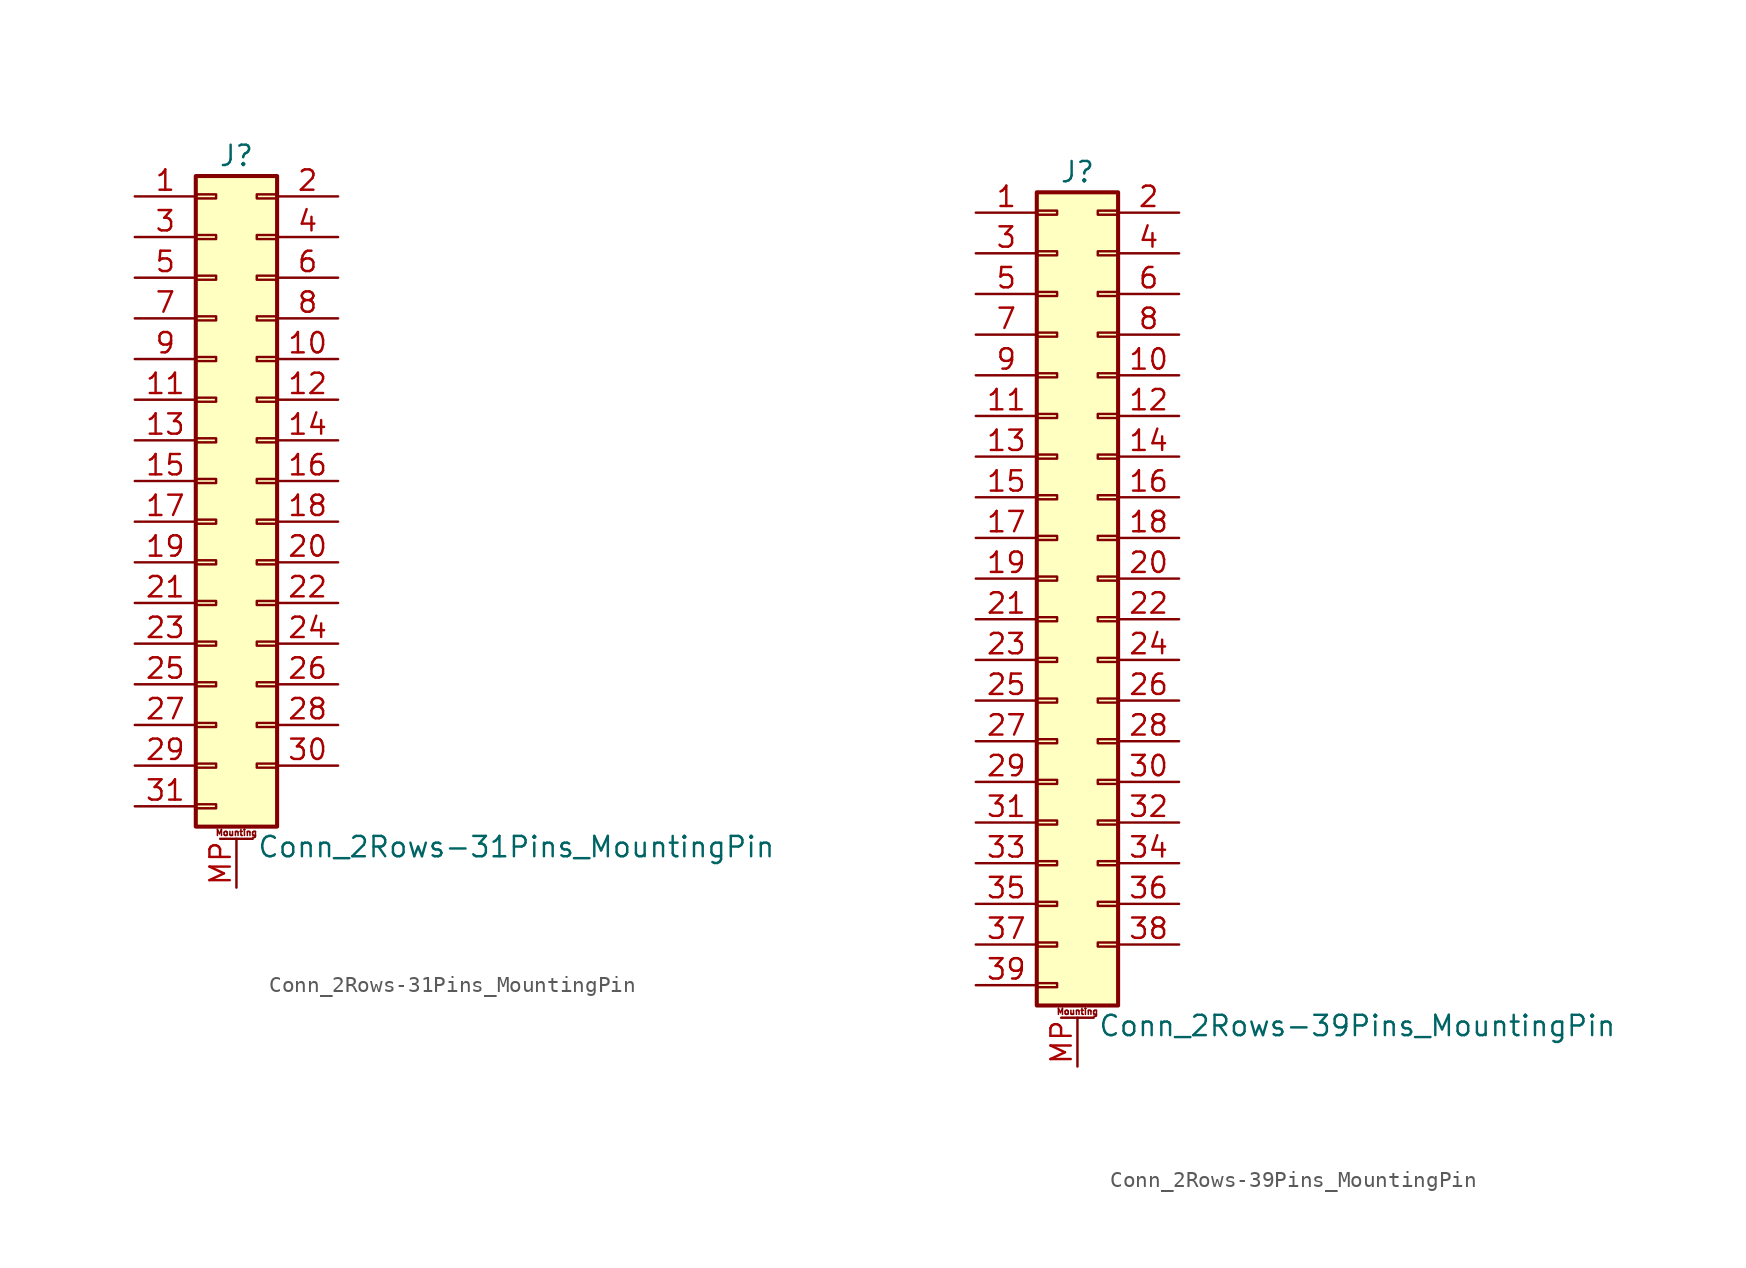
<source format=kicad_sym>
(kicad_symbol_lib
  (version 20201005)
  (generator kicad_symbol_editor)
  (symbol "Conn_2Rows-31Pins_MountingPin"
    (pin_names
      (offset 1.016) hide)
    (property "Reference" "J"
      (at 1.27 20.32 0)
      (effects (font (size 1.27 1.27))))
    (property "Value" "Conn_2Rows-31Pins_MountingPin"
      (at 2.54 -22.86 0)
      (effects (font (size 1.27 1.27)) (justify left)))
    (symbol "Conn_2Rows-31Pins_MountingPin_1_1"
      (text "Mounting" (at 1.27 -21.971 0) (effects (font (size 0.381 0.381))))
      (rectangle (start -1.27 -20.193) (end 0 -20.447) (stroke (width 0.152)) (fill (type none)))
      (rectangle (start -1.27 -17.653) (end 0 -17.907) (stroke (width 0.152)) (fill (type none)))
      (rectangle (start -1.27 -15.113) (end 0 -15.367) (stroke (width 0.152)) (fill (type none)))
      (rectangle (start -1.27 -12.573) (end 0 -12.827) (stroke (width 0.152)) (fill (type none)))
      (rectangle (start -1.27 -10.033) (end 0 -10.287) (stroke (width 0.152)) (fill (type none)))
      (rectangle (start -1.27 -7.493) (end 0 -7.747) (stroke (width 0.152)) (fill (type none)))
      (rectangle (start -1.27 -4.953) (end 0 -5.207) (stroke (width 0.152)) (fill (type none)))
      (rectangle (start -1.27 -2.413) (end 0 -2.667) (stroke (width 0.152)) (fill (type none)))
      (rectangle (start -1.27 0.127) (end 0 -0.127) (stroke (width 0.152)) (fill (type none)))
      (rectangle (start -1.27 2.667) (end 0 2.413) (stroke (width 0.152)) (fill (type none)))
      (rectangle (start -1.27 5.207) (end 0 4.953) (stroke (width 0.152)) (fill (type none)))
      (rectangle (start -1.27 7.747) (end 0 7.493) (stroke (width 0.152)) (fill (type none)))
      (rectangle (start -1.27 10.287) (end 0 10.033) (stroke (width 0.152)) (fill (type none)))
      (rectangle (start -1.27 12.827) (end 0 12.573) (stroke (width 0.152)) (fill (type none)))
      (rectangle (start -1.27 15.367) (end 0 15.113) (stroke (width 0.152)) (fill (type none)))
      (rectangle (start -1.27 17.907) (end 0 17.653) (stroke (width 0.152)) (fill (type none)))
      (rectangle (start -1.27 19.05) (end 3.81 -21.59) (stroke (width 0.254)) (fill (type background)))
      (rectangle (start 3.81 -17.653) (end 2.54 -17.907) (stroke (width 0.152)) (fill (type none)))
      (rectangle (start 3.81 -15.113) (end 2.54 -15.367) (stroke (width 0.152)) (fill (type none)))
      (rectangle (start 3.81 -12.573) (end 2.54 -12.827) (stroke (width 0.152)) (fill (type none)))
      (rectangle (start 3.81 -10.033) (end 2.54 -10.287) (stroke (width 0.152)) (fill (type none)))
      (rectangle (start 3.81 -7.493) (end 2.54 -7.747) (stroke (width 0.152)) (fill (type none)))
      (rectangle (start 3.81 -4.953) (end 2.54 -5.207) (stroke (width 0.152)) (fill (type none)))
      (rectangle (start 3.81 -2.413) (end 2.54 -2.667) (stroke (width 0.152)) (fill (type none)))
      (rectangle (start 3.81 0.127) (end 2.54 -0.127) (stroke (width 0.152)) (fill (type none)))
      (rectangle (start 3.81 2.667) (end 2.54 2.413) (stroke (width 0.152)) (fill (type none)))
      (rectangle (start 3.81 5.207) (end 2.54 4.953) (stroke (width 0.152)) (fill (type none)))
      (rectangle (start 3.81 7.747) (end 2.54 7.493) (stroke (width 0.152)) (fill (type none)))
      (rectangle (start 3.81 10.287) (end 2.54 10.033) (stroke (width 0.152)) (fill (type none)))
      (rectangle (start 3.81 12.827) (end 2.54 12.573) (stroke (width 0.152)) (fill (type none)))
      (rectangle (start 3.81 15.367) (end 2.54 15.113) (stroke (width 0.152)) (fill (type none)))
      (rectangle (start 3.81 17.907) (end 2.54 17.653) (stroke (width 0.152)) (fill (type none)))
      (polyline (pts (xy 0.254 -22.352) (xy 2.286 -22.352)) (stroke (width 0.152)) (fill (type none)))
      (pin passive line (at -5.08 17.78 0) (length 3.81) (name "Pin_1" (effects (font (size 1.27 1.27)))) (number "1" (effects (font (size 1.27 1.27)))))
      (pin passive line (at 7.62 7.62 180) (length 3.81) (name "Pin_10" (effects (font (size 1.27 1.27)))) (number "10" (effects (font (size 1.27 1.27)))))
      (pin passive line (at -5.08 5.08 0) (length 3.81) (name "Pin_11" (effects (font (size 1.27 1.27)))) (number "11" (effects (font (size 1.27 1.27)))))
      (pin passive line (at 7.62 5.08 180) (length 3.81) (name "Pin_12" (effects (font (size 1.27 1.27)))) (number "12" (effects (font (size 1.27 1.27)))))
      (pin passive line (at -5.08 2.54 0) (length 3.81) (name "Pin_13" (effects (font (size 1.27 1.27)))) (number "13" (effects (font (size 1.27 1.27)))))
      (pin passive line (at 7.62 2.54 180) (length 3.81) (name "Pin_14" (effects (font (size 1.27 1.27)))) (number "14" (effects (font (size 1.27 1.27)))))
      (pin passive line (at -5.08 0 0) (length 3.81) (name "Pin_15" (effects (font (size 1.27 1.27)))) (number "15" (effects (font (size 1.27 1.27)))))
      (pin passive line (at 7.62 0 180) (length 3.81) (name "Pin_16" (effects (font (size 1.27 1.27)))) (number "16" (effects (font (size 1.27 1.27)))))
      (pin passive line (at -5.08 -2.54 0) (length 3.81) (name "Pin_17" (effects (font (size 1.27 1.27)))) (number "17" (effects (font (size 1.27 1.27)))))
      (pin passive line (at 7.62 -2.54 180) (length 3.81) (name "Pin_18" (effects (font (size 1.27 1.27)))) (number "18" (effects (font (size 1.27 1.27)))))
      (pin passive line (at -5.08 -5.08 0) (length 3.81) (name "Pin_19" (effects (font (size 1.27 1.27)))) (number "19" (effects (font (size 1.27 1.27)))))
      (pin passive line (at 7.62 17.78 180) (length 3.81) (name "Pin_2" (effects (font (size 1.27 1.27)))) (number "2" (effects (font (size 1.27 1.27)))))
      (pin passive line (at 7.62 -5.08 180) (length 3.81) (name "Pin_20" (effects (font (size 1.27 1.27)))) (number "20" (effects (font (size 1.27 1.27)))))
      (pin passive line (at -5.08 -7.62 0) (length 3.81) (name "Pin_21" (effects (font (size 1.27 1.27)))) (number "21" (effects (font (size 1.27 1.27)))))
      (pin passive line (at 7.62 -7.62 180) (length 3.81) (name "Pin_22" (effects (font (size 1.27 1.27)))) (number "22" (effects (font (size 1.27 1.27)))))
      (pin passive line (at -5.08 -10.16 0) (length 3.81) (name "Pin_23" (effects (font (size 1.27 1.27)))) (number "23" (effects (font (size 1.27 1.27)))))
      (pin passive line (at 7.62 -10.16 180) (length 3.81) (name "Pin_24" (effects (font (size 1.27 1.27)))) (number "24" (effects (font (size 1.27 1.27)))))
      (pin passive line (at -5.08 -12.7 0) (length 3.81) (name "Pin_25" (effects (font (size 1.27 1.27)))) (number "25" (effects (font (size 1.27 1.27)))))
      (pin passive line (at 7.62 -12.7 180) (length 3.81) (name "Pin_26" (effects (font (size 1.27 1.27)))) (number "26" (effects (font (size 1.27 1.27)))))
      (pin passive line (at -5.08 -15.24 0) (length 3.81) (name "Pin_27" (effects (font (size 1.27 1.27)))) (number "27" (effects (font (size 1.27 1.27)))))
      (pin passive line (at 7.62 -15.24 180) (length 3.81) (name "Pin_28" (effects (font (size 1.27 1.27)))) (number "28" (effects (font (size 1.27 1.27)))))
      (pin passive line (at -5.08 -17.78 0) (length 3.81) (name "Pin_29" (effects (font (size 1.27 1.27)))) (number "29" (effects (font (size 1.27 1.27)))))
      (pin passive line (at -5.08 15.24 0) (length 3.81) (name "Pin_3" (effects (font (size 1.27 1.27)))) (number "3" (effects (font (size 1.27 1.27)))))
      (pin passive line (at 7.62 -17.78 180) (length 3.81) (name "Pin_30" (effects (font (size 1.27 1.27)))) (number "30" (effects (font (size 1.27 1.27)))))
      (pin passive line (at -5.08 -20.32 0) (length 3.81) (name "Pin_31" (effects (font (size 1.27 1.27)))) (number "31" (effects (font (size 1.27 1.27)))))
      (pin passive line (at 7.62 15.24 180) (length 3.81) (name "Pin_4" (effects (font (size 1.27 1.27)))) (number "4" (effects (font (size 1.27 1.27)))))
      (pin passive line (at -5.08 12.7 0) (length 3.81) (name "Pin_5" (effects (font (size 1.27 1.27)))) (number "5" (effects (font (size 1.27 1.27)))))
      (pin passive line (at 7.62 12.7 180) (length 3.81) (name "Pin_6" (effects (font (size 1.27 1.27)))) (number "6" (effects (font (size 1.27 1.27)))))
      (pin passive line (at -5.08 10.16 0) (length 3.81) (name "Pin_7" (effects (font (size 1.27 1.27)))) (number "7" (effects (font (size 1.27 1.27)))))
      (pin passive line (at 7.62 10.16 180) (length 3.81) (name "Pin_8" (effects (font (size 1.27 1.27)))) (number "8" (effects (font (size 1.27 1.27)))))
      (pin passive line (at -5.08 7.62 0) (length 3.81) (name "Pin_9" (effects (font (size 1.27 1.27)))) (number "9" (effects (font (size 1.27 1.27)))))
      (pin passive line (at 1.27 -25.4 90) (length 3.048) (name "MountPin" (effects (font (size 1.27 1.27)))) (number "MP" (effects (font (size 1.27 1.27)))))))
  (symbol "Conn_2Rows-39Pins_MountingPin"
    (pin_names
      (offset 1.016) hide)
    (property "Reference" "J"
      (at 1.27 25.4 0)
      (effects (font (size 1.27 1.27))))
    (property "Value" "Conn_2Rows-39Pins_MountingPin"
      (at 2.54 -27.94 0)
      (effects (font (size 1.27 1.27)) (justify left)))
    (symbol "Conn_2Rows-39Pins_MountingPin_1_1"
      (text "Mounting" (at 1.27 -27.051 0) (effects (font (size 0.381 0.381))))
      (rectangle (start -1.27 -25.273) (end 0 -25.527) (stroke (width 0.152)) (fill (type none)))
      (rectangle (start -1.27 -22.733) (end 0 -22.987) (stroke (width 0.152)) (fill (type none)))
      (rectangle (start -1.27 -20.193) (end 0 -20.447) (stroke (width 0.152)) (fill (type none)))
      (rectangle (start -1.27 -17.653) (end 0 -17.907) (stroke (width 0.152)) (fill (type none)))
      (rectangle (start -1.27 -15.113) (end 0 -15.367) (stroke (width 0.152)) (fill (type none)))
      (rectangle (start -1.27 -12.573) (end 0 -12.827) (stroke (width 0.152)) (fill (type none)))
      (rectangle (start -1.27 -10.033) (end 0 -10.287) (stroke (width 0.152)) (fill (type none)))
      (rectangle (start -1.27 -7.493) (end 0 -7.747) (stroke (width 0.152)) (fill (type none)))
      (rectangle (start -1.27 -4.953) (end 0 -5.207) (stroke (width 0.152)) (fill (type none)))
      (rectangle (start -1.27 -2.413) (end 0 -2.667) (stroke (width 0.152)) (fill (type none)))
      (rectangle (start -1.27 0.127) (end 0 -0.127) (stroke (width 0.152)) (fill (type none)))
      (rectangle (start -1.27 2.667) (end 0 2.413) (stroke (width 0.152)) (fill (type none)))
      (rectangle (start -1.27 5.207) (end 0 4.953) (stroke (width 0.152)) (fill (type none)))
      (rectangle (start -1.27 7.747) (end 0 7.493) (stroke (width 0.152)) (fill (type none)))
      (rectangle (start -1.27 10.287) (end 0 10.033) (stroke (width 0.152)) (fill (type none)))
      (rectangle (start -1.27 12.827) (end 0 12.573) (stroke (width 0.152)) (fill (type none)))
      (rectangle (start -1.27 15.367) (end 0 15.113) (stroke (width 0.152)) (fill (type none)))
      (rectangle (start -1.27 17.907) (end 0 17.653) (stroke (width 0.152)) (fill (type none)))
      (rectangle (start -1.27 20.447) (end 0 20.193) (stroke (width 0.152)) (fill (type none)))
      (rectangle (start -1.27 22.987) (end 0 22.733) (stroke (width 0.152)) (fill (type none)))
      (rectangle (start -1.27 24.13) (end 3.81 -26.67) (stroke (width 0.254)) (fill (type background)))
      (rectangle (start 3.81 -22.733) (end 2.54 -22.987) (stroke (width 0.152)) (fill (type none)))
      (rectangle (start 3.81 -20.193) (end 2.54 -20.447) (stroke (width 0.152)) (fill (type none)))
      (rectangle (start 3.81 -17.653) (end 2.54 -17.907) (stroke (width 0.152)) (fill (type none)))
      (rectangle (start 3.81 -15.113) (end 2.54 -15.367) (stroke (width 0.152)) (fill (type none)))
      (rectangle (start 3.81 -12.573) (end 2.54 -12.827) (stroke (width 0.152)) (fill (type none)))
      (rectangle (start 3.81 -10.033) (end 2.54 -10.287) (stroke (width 0.152)) (fill (type none)))
      (rectangle (start 3.81 -7.493) (end 2.54 -7.747) (stroke (width 0.152)) (fill (type none)))
      (rectangle (start 3.81 -4.953) (end 2.54 -5.207) (stroke (width 0.152)) (fill (type none)))
      (rectangle (start 3.81 -2.413) (end 2.54 -2.667) (stroke (width 0.152)) (fill (type none)))
      (rectangle (start 3.81 0.127) (end 2.54 -0.127) (stroke (width 0.152)) (fill (type none)))
      (rectangle (start 3.81 2.667) (end 2.54 2.413) (stroke (width 0.152)) (fill (type none)))
      (rectangle (start 3.81 5.207) (end 2.54 4.953) (stroke (width 0.152)) (fill (type none)))
      (rectangle (start 3.81 7.747) (end 2.54 7.493) (stroke (width 0.152)) (fill (type none)))
      (rectangle (start 3.81 10.287) (end 2.54 10.033) (stroke (width 0.152)) (fill (type none)))
      (rectangle (start 3.81 12.827) (end 2.54 12.573) (stroke (width 0.152)) (fill (type none)))
      (rectangle (start 3.81 15.367) (end 2.54 15.113) (stroke (width 0.152)) (fill (type none)))
      (rectangle (start 3.81 17.907) (end 2.54 17.653) (stroke (width 0.152)) (fill (type none)))
      (rectangle (start 3.81 20.447) (end 2.54 20.193) (stroke (width 0.152)) (fill (type none)))
      (rectangle (start 3.81 22.987) (end 2.54 22.733) (stroke (width 0.152)) (fill (type none)))
      (polyline (pts (xy 0.254 -27.432) (xy 2.286 -27.432)) (stroke (width 0.152)) (fill (type none)))
      (pin passive line (at -5.08 22.86 0) (length 3.81) (name "Pin_1" (effects (font (size 1.27 1.27)))) (number "1" (effects (font (size 1.27 1.27)))))
      (pin passive line (at 7.62 12.7 180) (length 3.81) (name "Pin_10" (effects (font (size 1.27 1.27)))) (number "10" (effects (font (size 1.27 1.27)))))
      (pin passive line (at -5.08 10.16 0) (length 3.81) (name "Pin_11" (effects (font (size 1.27 1.27)))) (number "11" (effects (font (size 1.27 1.27)))))
      (pin passive line (at 7.62 10.16 180) (length 3.81) (name "Pin_12" (effects (font (size 1.27 1.27)))) (number "12" (effects (font (size 1.27 1.27)))))
      (pin passive line (at -5.08 7.62 0) (length 3.81) (name "Pin_13" (effects (font (size 1.27 1.27)))) (number "13" (effects (font (size 1.27 1.27)))))
      (pin passive line (at 7.62 7.62 180) (length 3.81) (name "Pin_14" (effects (font (size 1.27 1.27)))) (number "14" (effects (font (size 1.27 1.27)))))
      (pin passive line (at -5.08 5.08 0) (length 3.81) (name "Pin_15" (effects (font (size 1.27 1.27)))) (number "15" (effects (font (size 1.27 1.27)))))
      (pin passive line (at 7.62 5.08 180) (length 3.81) (name "Pin_16" (effects (font (size 1.27 1.27)))) (number "16" (effects (font (size 1.27 1.27)))))
      (pin passive line (at -5.08 2.54 0) (length 3.81) (name "Pin_17" (effects (font (size 1.27 1.27)))) (number "17" (effects (font (size 1.27 1.27)))))
      (pin passive line (at 7.62 2.54 180) (length 3.81) (name "Pin_18" (effects (font (size 1.27 1.27)))) (number "18" (effects (font (size 1.27 1.27)))))
      (pin passive line (at -5.08 0 0) (length 3.81) (name "Pin_19" (effects (font (size 1.27 1.27)))) (number "19" (effects (font (size 1.27 1.27)))))
      (pin passive line (at 7.62 22.86 180) (length 3.81) (name "Pin_2" (effects (font (size 1.27 1.27)))) (number "2" (effects (font (size 1.27 1.27)))))
      (pin passive line (at 7.62 0 180) (length 3.81) (name "Pin_20" (effects (font (size 1.27 1.27)))) (number "20" (effects (font (size 1.27 1.27)))))
      (pin passive line (at -5.08 -2.54 0) (length 3.81) (name "Pin_21" (effects (font (size 1.27 1.27)))) (number "21" (effects (font (size 1.27 1.27)))))
      (pin passive line (at 7.62 -2.54 180) (length 3.81) (name "Pin_22" (effects (font (size 1.27 1.27)))) (number "22" (effects (font (size 1.27 1.27)))))
      (pin passive line (at -5.08 -5.08 0) (length 3.81) (name "Pin_23" (effects (font (size 1.27 1.27)))) (number "23" (effects (font (size 1.27 1.27)))))
      (pin passive line (at 7.62 -5.08 180) (length 3.81) (name "Pin_24" (effects (font (size 1.27 1.27)))) (number "24" (effects (font (size 1.27 1.27)))))
      (pin passive line (at -5.08 -7.62 0) (length 3.81) (name "Pin_25" (effects (font (size 1.27 1.27)))) (number "25" (effects (font (size 1.27 1.27)))))
      (pin passive line (at 7.62 -7.62 180) (length 3.81) (name "Pin_26" (effects (font (size 1.27 1.27)))) (number "26" (effects (font (size 1.27 1.27)))))
      (pin passive line (at -5.08 -10.16 0) (length 3.81) (name "Pin_27" (effects (font (size 1.27 1.27)))) (number "27" (effects (font (size 1.27 1.27)))))
      (pin passive line (at 7.62 -10.16 180) (length 3.81) (name "Pin_28" (effects (font (size 1.27 1.27)))) (number "28" (effects (font (size 1.27 1.27)))))
      (pin passive line (at -5.08 -12.7 0) (length 3.81) (name "Pin_29" (effects (font (size 1.27 1.27)))) (number "29" (effects (font (size 1.27 1.27)))))
      (pin passive line (at -5.08 20.32 0) (length 3.81) (name "Pin_3" (effects (font (size 1.27 1.27)))) (number "3" (effects (font (size 1.27 1.27)))))
      (pin passive line (at 7.62 -12.7 180) (length 3.81) (name "Pin_30" (effects (font (size 1.27 1.27)))) (number "30" (effects (font (size 1.27 1.27)))))
      (pin passive line (at -5.08 -15.24 0) (length 3.81) (name "Pin_31" (effects (font (size 1.27 1.27)))) (number "31" (effects (font (size 1.27 1.27)))))
      (pin passive line (at 7.62 -15.24 180) (length 3.81) (name "Pin_32" (effects (font (size 1.27 1.27)))) (number "32" (effects (font (size 1.27 1.27)))))
      (pin passive line (at -5.08 -17.78 0) (length 3.81) (name "Pin_33" (effects (font (size 1.27 1.27)))) (number "33" (effects (font (size 1.27 1.27)))))
      (pin passive line (at 7.62 -17.78 180) (length 3.81) (name "Pin_34" (effects (font (size 1.27 1.27)))) (number "34" (effects (font (size 1.27 1.27)))))
      (pin passive line (at -5.08 -20.32 0) (length 3.81) (name "Pin_35" (effects (font (size 1.27 1.27)))) (number "35" (effects (font (size 1.27 1.27)))))
      (pin passive line (at 7.62 -20.32 180) (length 3.81) (name "Pin_36" (effects (font (size 1.27 1.27)))) (number "36" (effects (font (size 1.27 1.27)))))
      (pin passive line (at -5.08 -22.86 0) (length 3.81) (name "Pin_37" (effects (font (size 1.27 1.27)))) (number "37" (effects (font (size 1.27 1.27)))))
      (pin passive line (at 7.62 -22.86 180) (length 3.81) (name "Pin_38" (effects (font (size 1.27 1.27)))) (number "38" (effects (font (size 1.27 1.27)))))
      (pin passive line (at -5.08 -25.4 0) (length 3.81) (name "Pin_39" (effects (font (size 1.27 1.27)))) (number "39" (effects (font (size 1.27 1.27)))))
      (pin passive line (at 7.62 20.32 180) (length 3.81) (name "Pin_4" (effects (font (size 1.27 1.27)))) (number "4" (effects (font (size 1.27 1.27)))))
      (pin passive line (at -5.08 17.78 0) (length 3.81) (name "Pin_5" (effects (font (size 1.27 1.27)))) (number "5" (effects (font (size 1.27 1.27)))))
      (pin passive line (at 7.62 17.78 180) (length 3.81) (name "Pin_6" (effects (font (size 1.27 1.27)))) (number "6" (effects (font (size 1.27 1.27)))))
      (pin passive line (at -5.08 15.24 0) (length 3.81) (name "Pin_7" (effects (font (size 1.27 1.27)))) (number "7" (effects (font (size 1.27 1.27)))))
      (pin passive line (at 7.62 15.24 180) (length 3.81) (name "Pin_8" (effects (font (size 1.27 1.27)))) (number "8" (effects (font (size 1.27 1.27)))))
      (pin passive line (at -5.08 12.7 0) (length 3.81) (name "Pin_9" (effects (font (size 1.27 1.27)))) (number "9" (effects (font (size 1.27 1.27)))))
      (pin passive line (at 1.27 -30.48 90) (length 3.048) (name "MountPin" (effects (font (size 1.27 1.27)))) (number "MP" (effects (font (size 1.27 1.27))))))))
</source>
